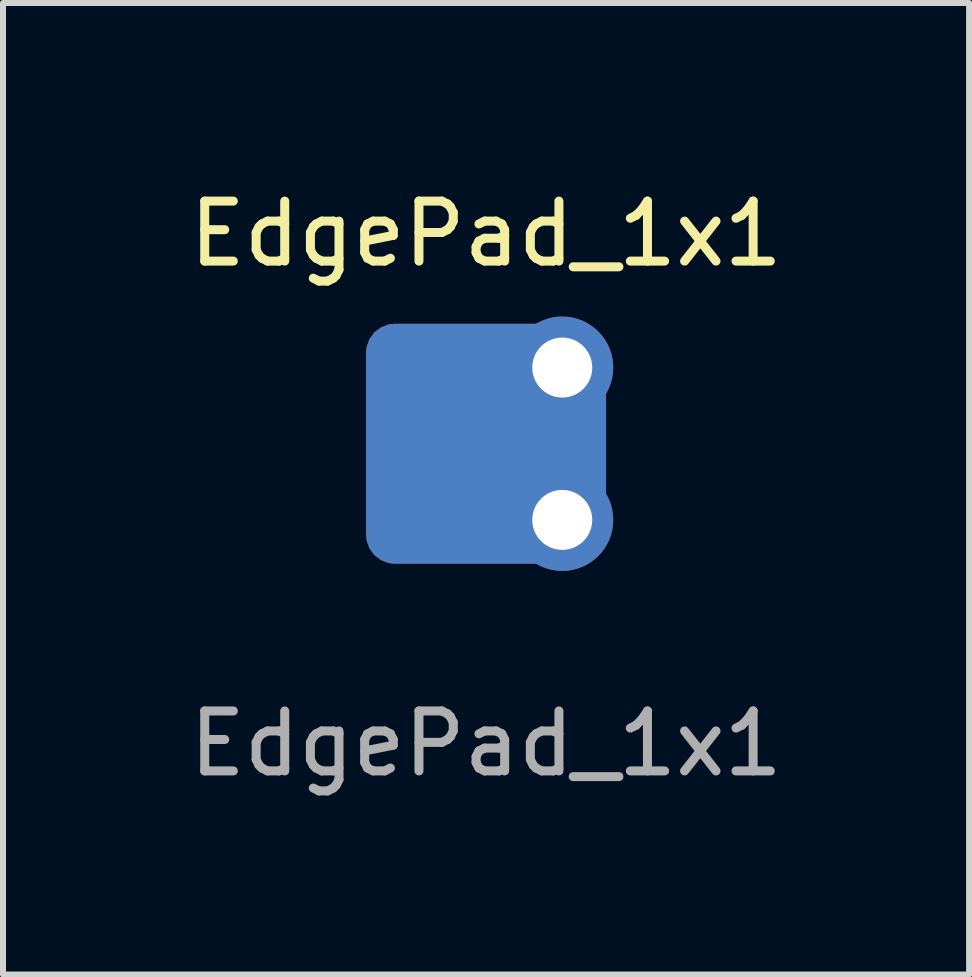
<source format=kicad_pcb>
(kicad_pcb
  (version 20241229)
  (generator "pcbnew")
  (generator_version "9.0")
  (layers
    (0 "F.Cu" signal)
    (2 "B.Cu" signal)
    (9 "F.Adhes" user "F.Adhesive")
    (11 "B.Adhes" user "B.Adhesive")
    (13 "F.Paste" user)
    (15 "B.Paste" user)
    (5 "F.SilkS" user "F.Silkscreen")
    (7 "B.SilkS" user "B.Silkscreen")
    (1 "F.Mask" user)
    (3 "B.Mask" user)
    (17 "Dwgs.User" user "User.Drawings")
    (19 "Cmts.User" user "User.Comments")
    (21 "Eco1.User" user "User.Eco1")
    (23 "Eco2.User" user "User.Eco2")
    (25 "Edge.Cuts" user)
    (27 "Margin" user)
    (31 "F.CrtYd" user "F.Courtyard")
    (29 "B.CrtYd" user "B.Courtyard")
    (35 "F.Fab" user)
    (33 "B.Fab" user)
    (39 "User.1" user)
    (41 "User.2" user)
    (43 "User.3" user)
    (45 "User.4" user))
  (footprint "EdgePad_1x1"
    (layer "F.Cu")
    (at 5.054 4.348)
    (property "Reference" "EdgePad_1x1" (at 0 -3.5 0) (unlocked yes) (layer "F.SilkS") (effects (font (size 1 1) (thickness 0.15))))
    (attr through_hole)
    (fp_text user "${REFERENCE}" (at 0 5 0) (unlocked yes) (layer "F.Fab") (effects (font (size 1 1) (thickness 0.15))))
    (pad "1" smd roundrect (at 0 0) (size 4 4) (layers "F.Cu" "F.Mask") (roundrect_rratio 0.12))
    (pad "1" smd roundrect (at 0 0) (size 4 4) (layers "B.Cu" "B.Mask") (roundrect_rratio 0.12))
    (pad "1" thru_hole circle (at 1.27 -1.27) (size 1.7 1.7) (drill 1) (layers "*.Cu" "*.Mask"))
    (pad "1" thru_hole circle (at 1.27 1.27) (size 1.7 1.7) (drill 1) (layers "*.Cu" "*.Mask")))
  (gr_rect
    (start -3 -3)
    (end 13.107 13.197)
    (stroke (width 0.1) (type default))
    (fill no)
    (layer "Edge.Cuts")))
</source>
